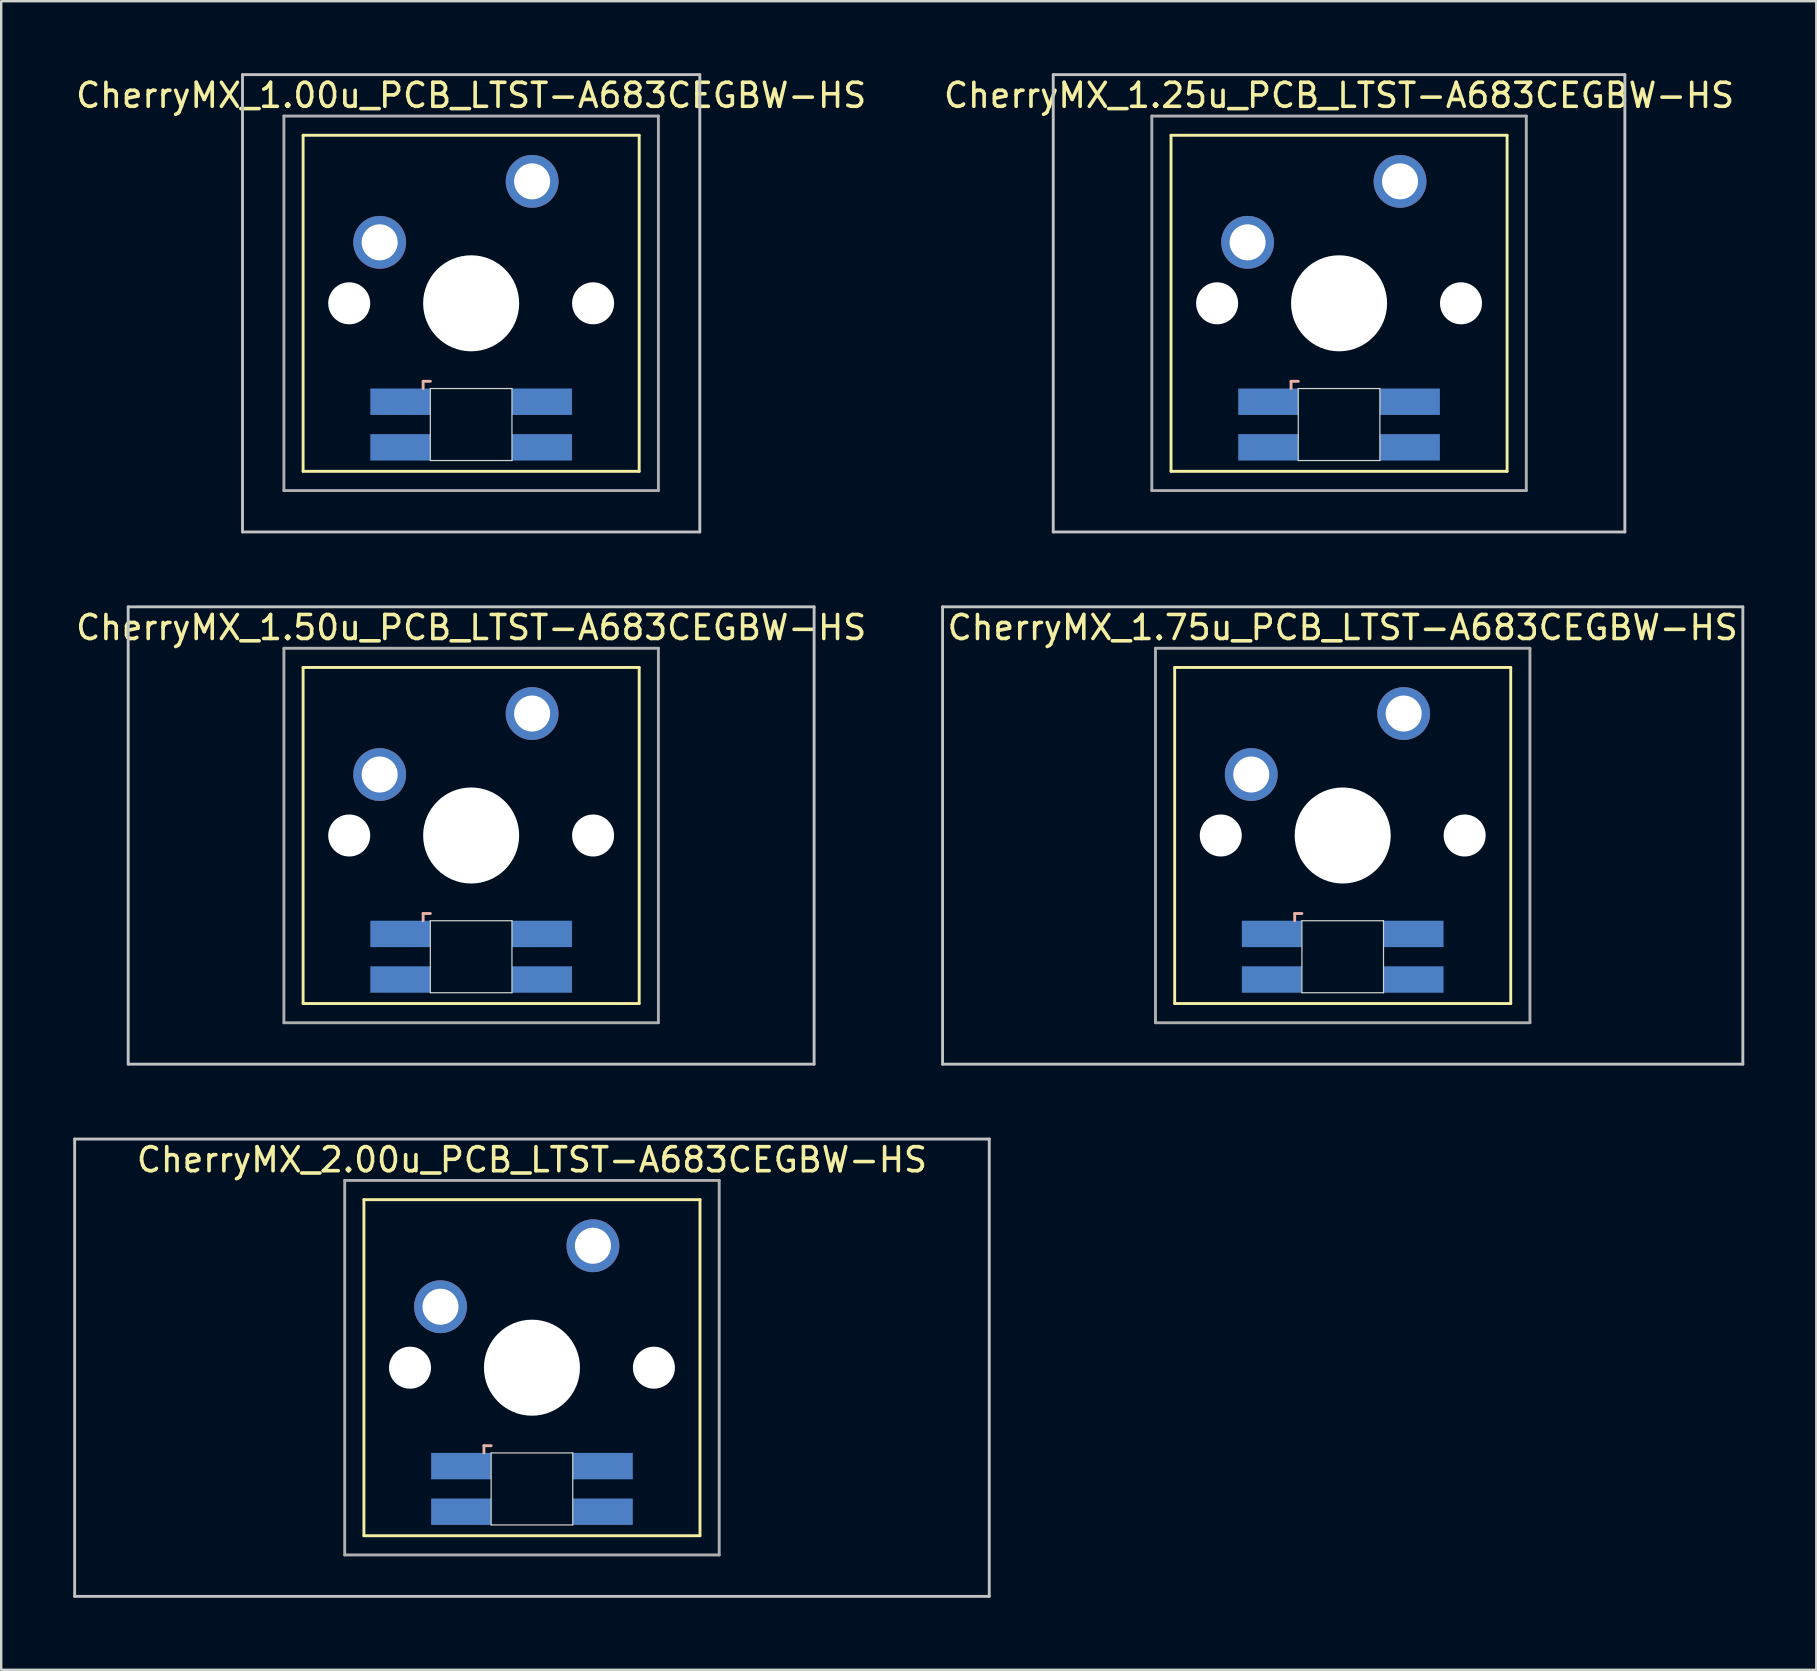
<source format=kicad_pcb>
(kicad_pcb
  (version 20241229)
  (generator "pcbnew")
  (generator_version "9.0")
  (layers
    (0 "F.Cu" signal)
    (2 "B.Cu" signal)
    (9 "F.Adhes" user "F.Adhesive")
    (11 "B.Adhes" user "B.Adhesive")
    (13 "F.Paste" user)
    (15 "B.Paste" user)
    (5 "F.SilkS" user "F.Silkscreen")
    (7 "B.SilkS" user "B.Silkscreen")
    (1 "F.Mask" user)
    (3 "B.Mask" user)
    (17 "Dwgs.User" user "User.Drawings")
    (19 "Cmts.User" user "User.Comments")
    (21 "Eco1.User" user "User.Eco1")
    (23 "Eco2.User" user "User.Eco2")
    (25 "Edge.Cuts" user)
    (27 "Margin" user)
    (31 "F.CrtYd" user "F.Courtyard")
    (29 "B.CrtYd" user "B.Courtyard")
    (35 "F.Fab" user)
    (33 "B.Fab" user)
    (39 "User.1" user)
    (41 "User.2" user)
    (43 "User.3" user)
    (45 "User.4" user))
  (footprint "CherryMX_1.25u_PCB_LTST-A683CEGBW-HS"
    (layer "F.Cu")
    (at 52.732 9.585)
    (property "Reference" "CherryMX_1.25u_PCB_LTST-A683CEGBW-HS" (at 0 -8.662 0) (layer "F.SilkS") (effects (font (size 1 1) (thickness 0.15))))
    (attr through_hole)
    (fp_line (start -7 -7) (end -7 7) (stroke (width 0.12) (type solid)) (layer "F.SilkS"))
    (fp_line (start -7 -7) (end 7 -7) (stroke (width 0.12) (type solid)) (layer "F.SilkS"))
    (fp_line (start 7 -7) (end 7 7) (stroke (width 0.12) (type solid)) (layer "F.SilkS"))
    (fp_line (start 7 7) (end -7 7) (stroke (width 0.12) (type solid)) (layer "F.SilkS"))
    (fp_line (start -2 3.25) (end -2 3.55) (stroke (width 0.12) (type solid)) (layer "B.SilkS"))
    (fp_line (start -1.7 3.25) (end -2 3.25) (stroke (width 0.12) (type solid)) (layer "B.SilkS"))
    (fp_line (start -11.906 -9.525) (end 11.906 -9.525) (stroke (width 0.12) (type solid)) (layer "Dwgs.User"))
    (fp_line (start -11.906 9.525) (end -11.906 -9.525) (stroke (width 0.12) (type solid)) (layer "Dwgs.User"))
    (fp_line (start 11.906 -9.525) (end 11.906 9.525) (stroke (width 0.12) (type solid)) (layer "Dwgs.User"))
    (fp_line (start 11.906 9.525) (end -11.906 9.525) (stroke (width 0.12) (type solid)) (layer "Dwgs.User"))
    (fp_line (start -1.7 3.55) (end 1.7 3.55) (stroke (width 0.05) (type solid)) (layer "Edge.Cuts"))
    (fp_line (start -1.7 6.55) (end -1.7 3.55) (stroke (width 0.05) (type solid)) (layer "Edge.Cuts"))
    (fp_line (start 1.7 3.55) (end 1.7 6.55) (stroke (width 0.05) (type solid)) (layer "Edge.Cuts"))
    (fp_line (start 1.7 6.55) (end -1.7 6.55) (stroke (width 0.05) (type solid)) (layer "Edge.Cuts"))
    (fp_line (start -7.8 -7.8) (end -7.8 7.8) (stroke (width 0.12) (type solid)) (layer "F.Fab"))
    (fp_line (start -7.8 -7.8) (end 7.8 -7.8) (stroke (width 0.12) (type solid)) (layer "F.Fab"))
    (fp_line (start -7.8 7.8) (end 7.8 7.8) (stroke (width 0.12) (type solid)) (layer "F.Fab"))
    (fp_line (start 7.8 -7.8) (end 7.8 7.8) (stroke (width 0.12) (type solid)) (layer "F.Fab"))
    (pad "" np_thru_hole circle (at -5.08 0) (size 1.75 1.75) (drill 1.75) (layers "*.Cu" "*.Mask"))
    (pad "" np_thru_hole circle (at 0 0) (size 4 4) (drill 4) (layers "*.Cu" "*.Mask"))
    (pad "" np_thru_hole circle (at 5.08 0) (size 1.75 1.75) (drill 1.75) (layers "*.Cu" "*.Mask"))
    (pad "1" thru_hole circle (at -3.81 -2.54) (size 2.2 2.2) (drill 1.5) (layers "*.Cu" "*.Mask"))
    (pad "2" thru_hole circle (at 2.54 -5.08) (size 2.2 2.2) (drill 1.5) (layers "*.Cu" "*.Mask"))
    (pad "3" smd rect (at -2.95 4.1) (size 2.5 1.1) (layers "B.Cu" "B.Mask" "B.Paste"))
    (pad "4" smd rect (at -2.95 6) (size 2.5 1.1) (layers "B.Cu" "B.Mask" "B.Paste"))
    (pad "5" smd rect (at 2.95 4.1) (size 2.5 1.1) (layers "B.Cu" "B.Mask" "B.Paste"))
    (pad "6" smd rect (at 2.95 6) (size 2.5 1.1) (layers "B.Cu" "B.Mask" "B.Paste")))
  (footprint "CherryMX_1.00u_PCB_LTST-A683CEGBW-HS"
    (layer "F.Cu")
    (at 16.577 9.585)
    (property "Reference" "CherryMX_1.00u_PCB_LTST-A683CEGBW-HS" (at 0 -8.662 0) (layer "F.SilkS") (effects (font (size 1 1) (thickness 0.15))))
    (attr through_hole)
    (fp_line (start -7 -7) (end -7 7) (stroke (width 0.12) (type solid)) (layer "F.SilkS"))
    (fp_line (start -7 -7) (end 7 -7) (stroke (width 0.12) (type solid)) (layer "F.SilkS"))
    (fp_line (start 7 -7) (end 7 7) (stroke (width 0.12) (type solid)) (layer "F.SilkS"))
    (fp_line (start 7 7) (end -7 7) (stroke (width 0.12) (type solid)) (layer "F.SilkS"))
    (fp_line (start -2 3.25) (end -2 3.55) (stroke (width 0.12) (type solid)) (layer "B.SilkS"))
    (fp_line (start -1.7 3.25) (end -2 3.25) (stroke (width 0.12) (type solid)) (layer "B.SilkS"))
    (fp_line (start -9.525 -9.525) (end 9.525 -9.525) (stroke (width 0.12) (type solid)) (layer "Dwgs.User"))
    (fp_line (start -9.525 9.525) (end -9.525 -9.525) (stroke (width 0.12) (type solid)) (layer "Dwgs.User"))
    (fp_line (start 9.525 -9.525) (end 9.525 9.525) (stroke (width 0.12) (type solid)) (layer "Dwgs.User"))
    (fp_line (start 9.525 9.525) (end -9.525 9.525) (stroke (width 0.12) (type solid)) (layer "Dwgs.User"))
    (fp_line (start -1.7 3.55) (end 1.7 3.55) (stroke (width 0.05) (type solid)) (layer "Edge.Cuts"))
    (fp_line (start -1.7 6.55) (end -1.7 3.55) (stroke (width 0.05) (type solid)) (layer "Edge.Cuts"))
    (fp_line (start 1.7 3.55) (end 1.7 6.55) (stroke (width 0.05) (type solid)) (layer "Edge.Cuts"))
    (fp_line (start 1.7 6.55) (end -1.7 6.55) (stroke (width 0.05) (type solid)) (layer "Edge.Cuts"))
    (fp_line (start -7.8 -7.8) (end -7.8 7.8) (stroke (width 0.12) (type solid)) (layer "F.Fab"))
    (fp_line (start -7.8 -7.8) (end 7.8 -7.8) (stroke (width 0.12) (type solid)) (layer "F.Fab"))
    (fp_line (start -7.8 7.8) (end 7.8 7.8) (stroke (width 0.12) (type solid)) (layer "F.Fab"))
    (fp_line (start 7.8 -7.8) (end 7.8 7.8) (stroke (width 0.12) (type solid)) (layer "F.Fab"))
    (pad "" np_thru_hole circle (at -5.08 0) (size 1.75 1.75) (drill 1.75) (layers "*.Cu" "*.Mask"))
    (pad "" np_thru_hole circle (at 0 0) (size 4 4) (drill 4) (layers "*.Cu" "*.Mask"))
    (pad "" np_thru_hole circle (at 5.08 0) (size 1.75 1.75) (drill 1.75) (layers "*.Cu" "*.Mask"))
    (pad "1" thru_hole circle (at -3.81 -2.54) (size 2.2 2.2) (drill 1.5) (layers "*.Cu" "*.Mask"))
    (pad "2" thru_hole circle (at 2.54 -5.08) (size 2.2 2.2) (drill 1.5) (layers "*.Cu" "*.Mask"))
    (pad "3" smd rect (at -2.95 4.1) (size 2.5 1.1) (layers "B.Cu" "B.Mask" "B.Paste"))
    (pad "4" smd rect (at -2.95 6) (size 2.5 1.1) (layers "B.Cu" "B.Mask" "B.Paste"))
    (pad "5" smd rect (at 2.95 4.1) (size 2.5 1.1) (layers "B.Cu" "B.Mask" "B.Paste"))
    (pad "6" smd rect (at 2.95 6) (size 2.5 1.1) (layers "B.Cu" "B.Mask" "B.Paste")))
  (footprint "CherryMX_1.50u_PCB_LTST-A683CEGBW-HS"
    (layer "F.Cu")
    (at 16.577 31.755)
    (property "Reference" "CherryMX_1.50u_PCB_LTST-A683CEGBW-HS" (at 0 -8.662 0) (layer "F.SilkS") (effects (font (size 1 1) (thickness 0.15))))
    (attr through_hole)
    (fp_line (start -7 -7) (end -7 7) (stroke (width 0.12) (type solid)) (layer "F.SilkS"))
    (fp_line (start -7 -7) (end 7 -7) (stroke (width 0.12) (type solid)) (layer "F.SilkS"))
    (fp_line (start 7 -7) (end 7 7) (stroke (width 0.12) (type solid)) (layer "F.SilkS"))
    (fp_line (start 7 7) (end -7 7) (stroke (width 0.12) (type solid)) (layer "F.SilkS"))
    (fp_line (start -2 3.25) (end -2 3.55) (stroke (width 0.12) (type solid)) (layer "B.SilkS"))
    (fp_line (start -1.7 3.25) (end -2 3.25) (stroke (width 0.12) (type solid)) (layer "B.SilkS"))
    (fp_line (start -14.287 -9.525) (end 14.287 -9.525) (stroke (width 0.12) (type solid)) (layer "Dwgs.User"))
    (fp_line (start -14.287 9.525) (end -14.287 -9.525) (stroke (width 0.12) (type solid)) (layer "Dwgs.User"))
    (fp_line (start 14.287 -9.525) (end 14.287 9.525) (stroke (width 0.12) (type solid)) (layer "Dwgs.User"))
    (fp_line (start 14.287 9.525) (end -14.287 9.525) (stroke (width 0.12) (type solid)) (layer "Dwgs.User"))
    (fp_line (start -1.7 3.55) (end 1.7 3.55) (stroke (width 0.05) (type solid)) (layer "Edge.Cuts"))
    (fp_line (start -1.7 6.55) (end -1.7 3.55) (stroke (width 0.05) (type solid)) (layer "Edge.Cuts"))
    (fp_line (start 1.7 3.55) (end 1.7 6.55) (stroke (width 0.05) (type solid)) (layer "Edge.Cuts"))
    (fp_line (start 1.7 6.55) (end -1.7 6.55) (stroke (width 0.05) (type solid)) (layer "Edge.Cuts"))
    (fp_line (start -7.8 -7.8) (end -7.8 7.8) (stroke (width 0.12) (type solid)) (layer "F.Fab"))
    (fp_line (start -7.8 -7.8) (end 7.8 -7.8) (stroke (width 0.12) (type solid)) (layer "F.Fab"))
    (fp_line (start -7.8 7.8) (end 7.8 7.8) (stroke (width 0.12) (type solid)) (layer "F.Fab"))
    (fp_line (start 7.8 -7.8) (end 7.8 7.8) (stroke (width 0.12) (type solid)) (layer "F.Fab"))
    (pad "" np_thru_hole circle (at -5.08 0) (size 1.75 1.75) (drill 1.75) (layers "*.Cu" "*.Mask"))
    (pad "" np_thru_hole circle (at 0 0) (size 4 4) (drill 4) (layers "*.Cu" "*.Mask"))
    (pad "" np_thru_hole circle (at 5.08 0) (size 1.75 1.75) (drill 1.75) (layers "*.Cu" "*.Mask"))
    (pad "1" thru_hole circle (at -3.81 -2.54) (size 2.2 2.2) (drill 1.5) (layers "*.Cu" "*.Mask"))
    (pad "2" thru_hole circle (at 2.54 -5.08) (size 2.2 2.2) (drill 1.5) (layers "*.Cu" "*.Mask"))
    (pad "3" smd rect (at -2.95 4.1) (size 2.5 1.1) (layers "B.Cu" "B.Mask" "B.Paste"))
    (pad "4" smd rect (at -2.95 6) (size 2.5 1.1) (layers "B.Cu" "B.Mask" "B.Paste"))
    (pad "5" smd rect (at 2.95 4.1) (size 2.5 1.1) (layers "B.Cu" "B.Mask" "B.Paste"))
    (pad "6" smd rect (at 2.95 6) (size 2.5 1.1) (layers "B.Cu" "B.Mask" "B.Paste")))
  (footprint "CherryMX_2.00u_PCB_LTST-A683CEGBW-HS"
    (layer "F.Cu")
    (at 19.11 53.925)
    (property "Reference" "CherryMX_2.00u_PCB_LTST-A683CEGBW-HS" (at 0 -8.662 0) (layer "F.SilkS") (effects (font (size 1 1) (thickness 0.15))))
    (attr through_hole)
    (fp_line (start -7 -7) (end -7 7) (stroke (width 0.12) (type solid)) (layer "F.SilkS"))
    (fp_line (start -7 -7) (end 7 -7) (stroke (width 0.12) (type solid)) (layer "F.SilkS"))
    (fp_line (start 7 -7) (end 7 7) (stroke (width 0.12) (type solid)) (layer "F.SilkS"))
    (fp_line (start 7 7) (end -7 7) (stroke (width 0.12) (type solid)) (layer "F.SilkS"))
    (fp_line (start -2 3.25) (end -2 3.55) (stroke (width 0.12) (type solid)) (layer "B.SilkS"))
    (fp_line (start -1.7 3.25) (end -2 3.25) (stroke (width 0.12) (type solid)) (layer "B.SilkS"))
    (fp_line (start -19.05 -9.525) (end 19.05 -9.525) (stroke (width 0.12) (type solid)) (layer "Dwgs.User"))
    (fp_line (start -19.05 9.525) (end -19.05 -9.525) (stroke (width 0.12) (type solid)) (layer "Dwgs.User"))
    (fp_line (start 19.05 -9.525) (end 19.05 9.525) (stroke (width 0.12) (type solid)) (layer "Dwgs.User"))
    (fp_line (start 19.05 9.525) (end -19.05 9.525) (stroke (width 0.12) (type solid)) (layer "Dwgs.User"))
    (fp_line (start -1.7 3.55) (end 1.7 3.55) (stroke (width 0.05) (type solid)) (layer "Edge.Cuts"))
    (fp_line (start -1.7 6.55) (end -1.7 3.55) (stroke (width 0.05) (type solid)) (layer "Edge.Cuts"))
    (fp_line (start 1.7 3.55) (end 1.7 6.55) (stroke (width 0.05) (type solid)) (layer "Edge.Cuts"))
    (fp_line (start 1.7 6.55) (end -1.7 6.55) (stroke (width 0.05) (type solid)) (layer "Edge.Cuts"))
    (fp_line (start -7.8 -7.8) (end -7.8 7.8) (stroke (width 0.12) (type solid)) (layer "F.Fab"))
    (fp_line (start -7.8 -7.8) (end 7.8 -7.8) (stroke (width 0.12) (type solid)) (layer "F.Fab"))
    (fp_line (start -7.8 7.8) (end 7.8 7.8) (stroke (width 0.12) (type solid)) (layer "F.Fab"))
    (fp_line (start 7.8 -7.8) (end 7.8 7.8) (stroke (width 0.12) (type solid)) (layer "F.Fab"))
    (pad "" np_thru_hole circle (at -5.08 0) (size 1.75 1.75) (drill 1.75) (layers "*.Cu" "*.Mask"))
    (pad "" np_thru_hole circle (at 0 0) (size 4 4) (drill 4) (layers "*.Cu" "*.Mask"))
    (pad "" np_thru_hole circle (at 5.08 0) (size 1.75 1.75) (drill 1.75) (layers "*.Cu" "*.Mask"))
    (pad "1" thru_hole circle (at -3.81 -2.54) (size 2.2 2.2) (drill 1.5) (layers "*.Cu" "*.Mask"))
    (pad "2" thru_hole circle (at 2.54 -5.08) (size 2.2 2.2) (drill 1.5) (layers "*.Cu" "*.Mask"))
    (pad "3" smd rect (at -2.95 4.1) (size 2.5 1.1) (layers "B.Cu" "B.Mask" "B.Paste"))
    (pad "4" smd rect (at -2.95 6) (size 2.5 1.1) (layers "B.Cu" "B.Mask" "B.Paste"))
    (pad "5" smd rect (at 2.95 4.1) (size 2.5 1.1) (layers "B.Cu" "B.Mask" "B.Paste"))
    (pad "6" smd rect (at 2.95 6) (size 2.5 1.1) (layers "B.Cu" "B.Mask" "B.Paste")))
  (footprint "CherryMX_1.75u_PCB_LTST-A683CEGBW-HS"
    (layer "F.Cu")
    (at 52.884 31.755)
    (property "Reference" "CherryMX_1.75u_PCB_LTST-A683CEGBW-HS" (at 0 -8.662 0) (layer "F.SilkS") (effects (font (size 1 1) (thickness 0.15))))
    (attr through_hole)
    (fp_line (start -7 -7) (end -7 7) (stroke (width 0.12) (type solid)) (layer "F.SilkS"))
    (fp_line (start -7 -7) (end 7 -7) (stroke (width 0.12) (type solid)) (layer "F.SilkS"))
    (fp_line (start 7 -7) (end 7 7) (stroke (width 0.12) (type solid)) (layer "F.SilkS"))
    (fp_line (start 7 7) (end -7 7) (stroke (width 0.12) (type solid)) (layer "F.SilkS"))
    (fp_line (start -2 3.25) (end -2 3.55) (stroke (width 0.12) (type solid)) (layer "B.SilkS"))
    (fp_line (start -1.7 3.25) (end -2 3.25) (stroke (width 0.12) (type solid)) (layer "B.SilkS"))
    (fp_line (start -16.669 -9.525) (end 16.669 -9.525) (stroke (width 0.12) (type solid)) (layer "Dwgs.User"))
    (fp_line (start -16.669 9.525) (end -16.669 -9.525) (stroke (width 0.12) (type solid)) (layer "Dwgs.User"))
    (fp_line (start 16.669 -9.525) (end 16.669 9.525) (stroke (width 0.12) (type solid)) (layer "Dwgs.User"))
    (fp_line (start 16.669 9.525) (end -16.669 9.525) (stroke (width 0.12) (type solid)) (layer "Dwgs.User"))
    (fp_line (start -1.7 3.55) (end 1.7 3.55) (stroke (width 0.05) (type solid)) (layer "Edge.Cuts"))
    (fp_line (start -1.7 6.55) (end -1.7 3.55) (stroke (width 0.05) (type solid)) (layer "Edge.Cuts"))
    (fp_line (start 1.7 3.55) (end 1.7 6.55) (stroke (width 0.05) (type solid)) (layer "Edge.Cuts"))
    (fp_line (start 1.7 6.55) (end -1.7 6.55) (stroke (width 0.05) (type solid)) (layer "Edge.Cuts"))
    (fp_line (start -7.8 -7.8) (end -7.8 7.8) (stroke (width 0.12) (type solid)) (layer "F.Fab"))
    (fp_line (start -7.8 -7.8) (end 7.8 -7.8) (stroke (width 0.12) (type solid)) (layer "F.Fab"))
    (fp_line (start -7.8 7.8) (end 7.8 7.8) (stroke (width 0.12) (type solid)) (layer "F.Fab"))
    (fp_line (start 7.8 -7.8) (end 7.8 7.8) (stroke (width 0.12) (type solid)) (layer "F.Fab"))
    (pad "" np_thru_hole circle (at -5.08 0) (size 1.75 1.75) (drill 1.75) (layers "*.Cu" "*.Mask"))
    (pad "" np_thru_hole circle (at 0 0) (size 4 4) (drill 4) (layers "*.Cu" "*.Mask"))
    (pad "" np_thru_hole circle (at 5.08 0) (size 1.75 1.75) (drill 1.75) (layers "*.Cu" "*.Mask"))
    (pad "1" thru_hole circle (at -3.81 -2.54) (size 2.2 2.2) (drill 1.5) (layers "*.Cu" "*.Mask"))
    (pad "2" thru_hole circle (at 2.54 -5.08) (size 2.2 2.2) (drill 1.5) (layers "*.Cu" "*.Mask"))
    (pad "3" smd rect (at -2.95 4.1) (size 2.5 1.1) (layers "B.Cu" "B.Mask" "B.Paste"))
    (pad "4" smd rect (at -2.95 6) (size 2.5 1.1) (layers "B.Cu" "B.Mask" "B.Paste"))
    (pad "5" smd rect (at 2.95 4.1) (size 2.5 1.1) (layers "B.Cu" "B.Mask" "B.Paste"))
    (pad "6" smd rect (at 2.95 6) (size 2.5 1.1) (layers "B.Cu" "B.Mask" "B.Paste")))
  (gr_rect
    (start -3 -3)
    (end 72.612 66.51)
    (stroke (width 0.1) (type default))
    (fill no)
    (layer "Edge.Cuts")))
</source>
